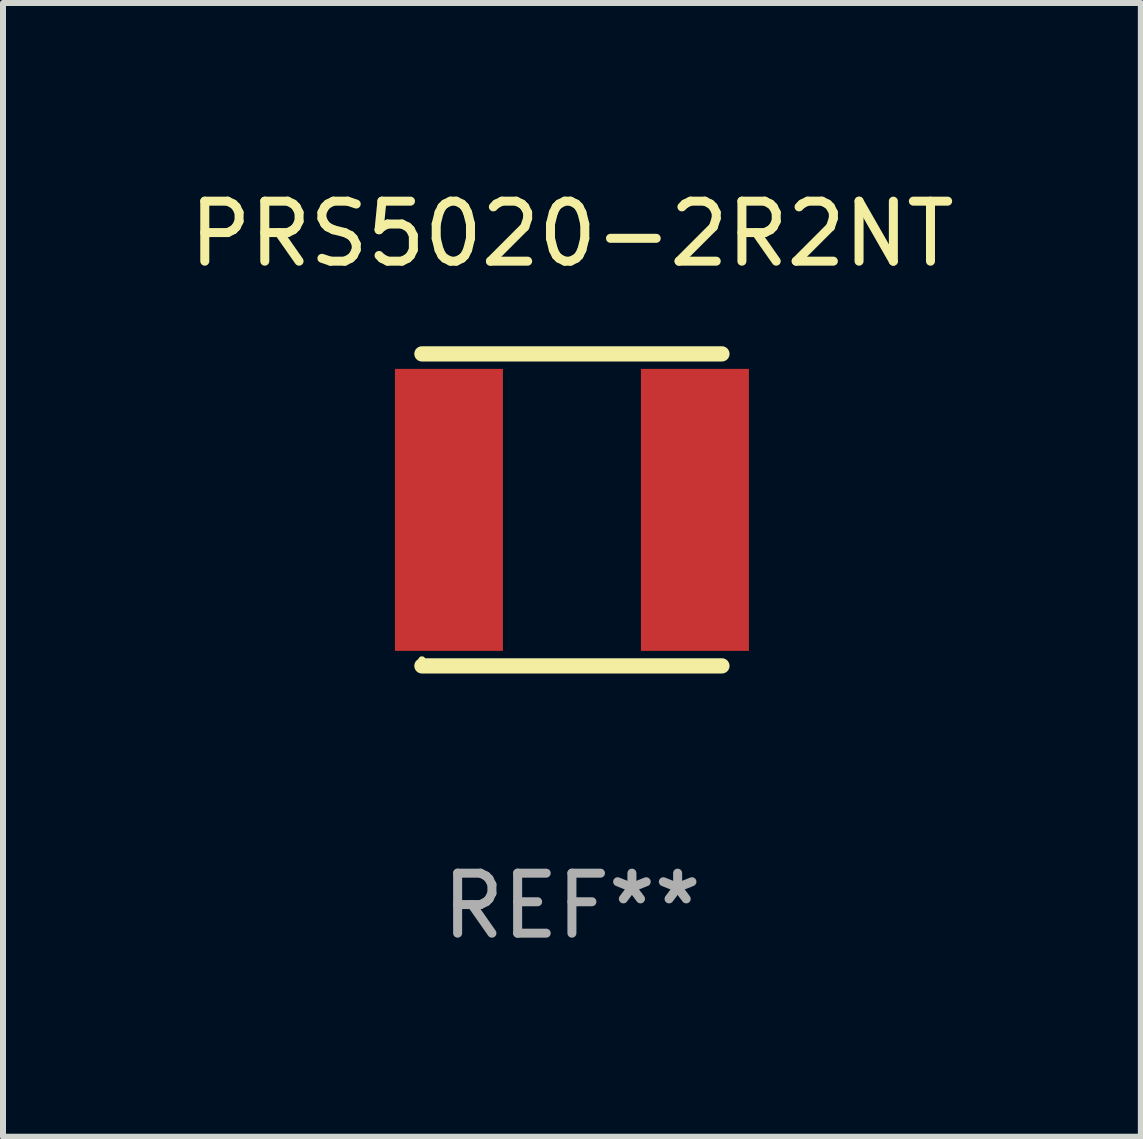
<source format=kicad_pcb>
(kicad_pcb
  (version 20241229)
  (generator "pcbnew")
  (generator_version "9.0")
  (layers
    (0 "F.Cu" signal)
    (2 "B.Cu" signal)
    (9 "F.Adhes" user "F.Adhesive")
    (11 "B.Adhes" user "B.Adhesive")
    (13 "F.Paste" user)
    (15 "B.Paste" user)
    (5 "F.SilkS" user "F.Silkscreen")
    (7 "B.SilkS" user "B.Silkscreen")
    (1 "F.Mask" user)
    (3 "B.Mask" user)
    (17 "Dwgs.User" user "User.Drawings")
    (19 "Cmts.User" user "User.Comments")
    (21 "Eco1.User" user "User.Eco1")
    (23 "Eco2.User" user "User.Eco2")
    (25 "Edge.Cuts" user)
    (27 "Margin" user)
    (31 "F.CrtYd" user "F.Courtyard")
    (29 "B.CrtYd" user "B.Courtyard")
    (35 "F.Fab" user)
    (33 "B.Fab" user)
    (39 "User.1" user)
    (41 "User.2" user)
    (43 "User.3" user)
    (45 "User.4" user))
  (footprint "PRS5020-2R2NT"
    (layer "F.Cu")
    (at 6.482 5.448)
    (property "Reference" "PRS5020-2R2NT" (at 0 -4.6 0) (layer "F.SilkS") (effects (font (size 1 1) (thickness 0.15))))
    (attr through_hole)
    (fp_line (start -2.5 -2.6) (end 2.5 -2.6) (stroke (width 0.254) (type solid)) (layer "F.SilkS"))
    (fp_line (start -2.5 2.6) (end 2.5 2.6) (stroke (width 0.254) (type solid)) (layer "F.SilkS"))
    (fp_circle (center -2.5 2.5) (end -2.47 2.5) (stroke (width 0.06) (type solid)) (fill no) (layer "F.SilkS"))
    (fp_text user "REF**" (at 0 6.6 0) (layer "F.Fab") (effects (font (size 1 1) (thickness 0.15))))
    (pad "1" smd rect (at -2.05 0) (size 1.8 4.7) (layers "F.Cu" "F.Mask" "F.Paste"))
    (pad "2" smd rect (at 2.05 0) (size 1.8 4.7) (layers "F.Cu" "F.Mask" "F.Paste")))
  (gr_rect
    (start -3 -3)
    (end 15.964 15.896)
    (stroke (width 0.1) (type default))
    (fill no)
    (layer "Edge.Cuts")))
</source>
